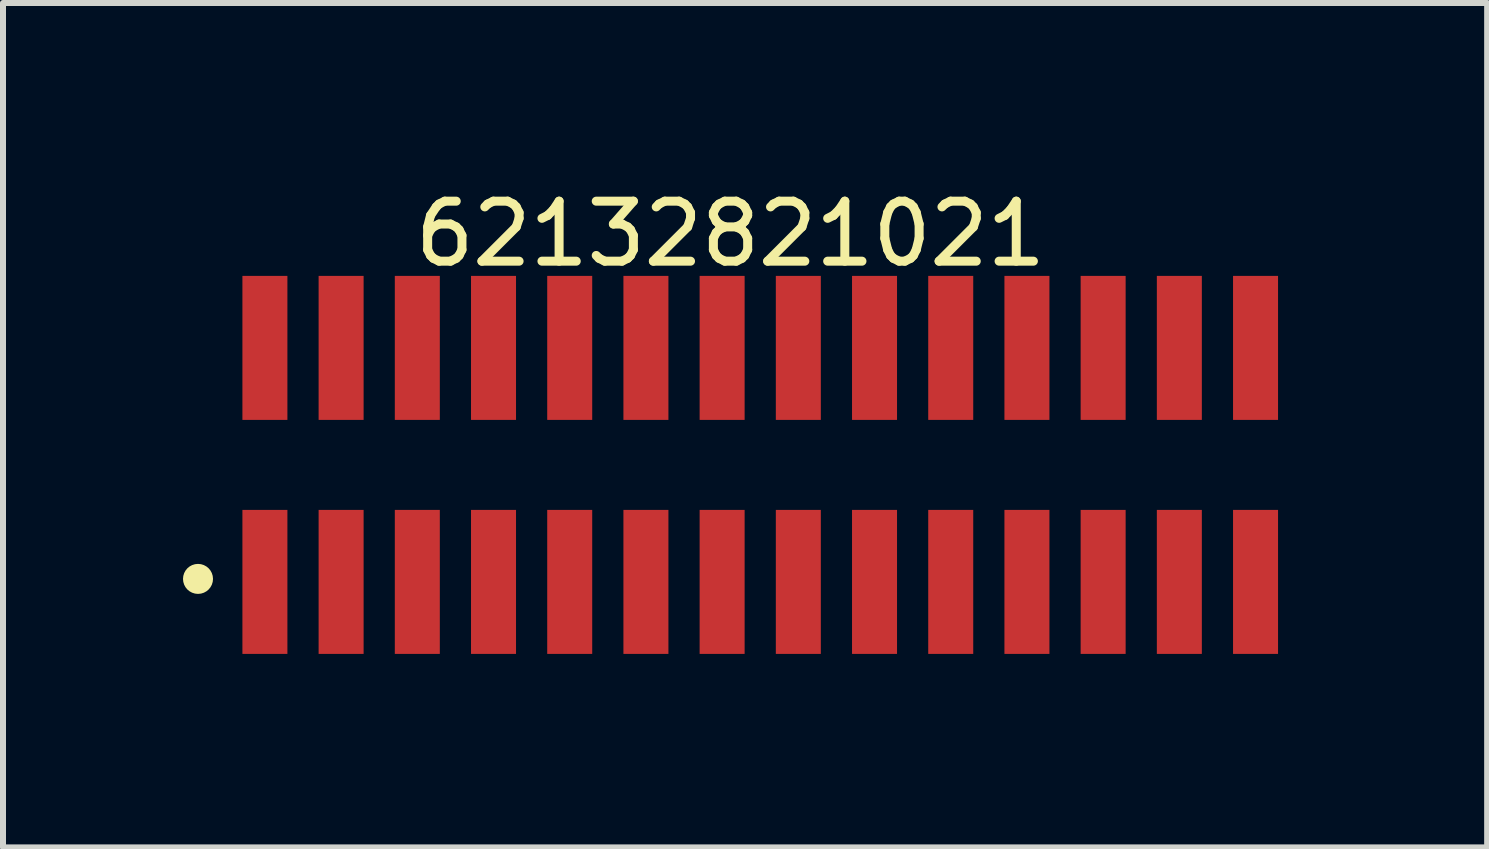
<source format=kicad_pcb>
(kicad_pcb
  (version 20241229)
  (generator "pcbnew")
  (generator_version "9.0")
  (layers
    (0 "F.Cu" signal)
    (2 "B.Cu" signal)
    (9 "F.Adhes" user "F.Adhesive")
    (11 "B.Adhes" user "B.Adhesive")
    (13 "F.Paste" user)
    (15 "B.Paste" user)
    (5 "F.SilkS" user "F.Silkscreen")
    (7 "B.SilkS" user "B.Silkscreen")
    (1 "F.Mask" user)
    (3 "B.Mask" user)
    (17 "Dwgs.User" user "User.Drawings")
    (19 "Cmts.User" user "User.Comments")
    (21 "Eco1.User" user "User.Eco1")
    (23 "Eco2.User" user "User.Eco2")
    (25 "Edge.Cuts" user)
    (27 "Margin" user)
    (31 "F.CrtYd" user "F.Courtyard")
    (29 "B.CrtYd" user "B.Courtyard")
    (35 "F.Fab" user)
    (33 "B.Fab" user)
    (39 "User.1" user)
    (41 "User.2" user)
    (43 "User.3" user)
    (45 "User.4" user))
  (footprint "62132821021"
    (layer "F.Cu")
    (at 9.62 4.698)
    (property "Reference" "62132821021" (at -0.495 -3.85 0) (layer "F.SilkS") (effects (font (size 1 1) (thickness 0.15))))
    (fp_circle (center -9.37 1.9) (end -9.37 1.775) (stroke (width 0.25) (type solid)) (fill no) (layer "F.SilkS"))
    (fp_line (start -9.09 -3.35) (end 9.09 -3.35) (stroke (width 0.05) (type solid)) (layer "Eco2.User"))
    (fp_line (start -9.09 3.35) (end -9.09 -3.35) (stroke (width 0.05) (type solid)) (layer "Eco2.User"))
    (fp_line (start -9.09 3.35) (end 9.09 3.35) (stroke (width 0.05) (type solid)) (layer "Eco2.User"))
    (fp_line (start -8.89 -1.7) (end 8.89 -1.7) (stroke (width 0.1) (type solid)) (layer "Eco2.User"))
    (fp_line (start -8.89 1.7) (end -8.89 -1.7) (stroke (width 0.1) (type solid)) (layer "Eco2.User"))
    (fp_line (start -8.89 1.7) (end 8.89 1.7) (stroke (width 0.1) (type solid)) (layer "Eco2.User"))
    (fp_line (start -8.455 -2.5) (end -8.055 -2.5) (stroke (width 0.1) (type solid)) (layer "Eco2.User"))
    (fp_line (start -8.455 -1.7) (end -8.455 -2.5) (stroke (width 0.1) (type solid)) (layer "Eco2.User"))
    (fp_line (start -8.455 2.5) (end -8.455 1.7) (stroke (width 0.1) (type solid)) (layer "Eco2.User"))
    (fp_line (start -8.455 2.5) (end -8.055 2.5) (stroke (width 0.1) (type solid)) (layer "Eco2.User"))
    (fp_line (start -8.055 -1.7) (end -8.055 -2.5) (stroke (width 0.1) (type solid)) (layer "Eco2.User"))
    (fp_line (start -8.055 2.5) (end -8.055 1.7) (stroke (width 0.1) (type solid)) (layer "Eco2.User"))
    (fp_line (start -7.185 -2.5) (end -6.785 -2.5) (stroke (width 0.1) (type solid)) (layer "Eco2.User"))
    (fp_line (start -7.185 -1.7) (end -7.185 -2.5) (stroke (width 0.1) (type solid)) (layer "Eco2.User"))
    (fp_line (start -7.185 2.5) (end -7.185 1.7) (stroke (width 0.1) (type solid)) (layer "Eco2.User"))
    (fp_line (start -7.185 2.5) (end -6.785 2.5) (stroke (width 0.1) (type solid)) (layer "Eco2.User"))
    (fp_line (start -6.785 -1.7) (end -6.785 -2.5) (stroke (width 0.1) (type solid)) (layer "Eco2.User"))
    (fp_line (start -6.785 2.5) (end -6.785 1.7) (stroke (width 0.1) (type solid)) (layer "Eco2.User"))
    (fp_line (start -5.915 -2.5) (end -5.515 -2.5) (stroke (width 0.1) (type solid)) (layer "Eco2.User"))
    (fp_line (start -5.915 -1.7) (end -5.915 -2.5) (stroke (width 0.1) (type solid)) (layer "Eco2.User"))
    (fp_line (start -5.915 2.5) (end -5.915 1.7) (stroke (width 0.1) (type solid)) (layer "Eco2.User"))
    (fp_line (start -5.915 2.5) (end -5.515 2.5) (stroke (width 0.1) (type solid)) (layer "Eco2.User"))
    (fp_line (start -5.515 -1.7) (end -5.515 -2.5) (stroke (width 0.1) (type solid)) (layer "Eco2.User"))
    (fp_line (start -5.515 2.5) (end -5.515 1.7) (stroke (width 0.1) (type solid)) (layer "Eco2.User"))
    (fp_line (start -4.645 -2.5) (end -4.245 -2.5) (stroke (width 0.1) (type solid)) (layer "Eco2.User"))
    (fp_line (start -4.645 -1.7) (end -4.645 -2.5) (stroke (width 0.1) (type solid)) (layer "Eco2.User"))
    (fp_line (start -4.645 2.5) (end -4.645 1.7) (stroke (width 0.1) (type solid)) (layer "Eco2.User"))
    (fp_line (start -4.645 2.5) (end -4.245 2.5) (stroke (width 0.1) (type solid)) (layer "Eco2.User"))
    (fp_line (start -4.245 -1.7) (end -4.245 -2.5) (stroke (width 0.1) (type solid)) (layer "Eco2.User"))
    (fp_line (start -4.245 2.5) (end -4.245 1.7) (stroke (width 0.1) (type solid)) (layer "Eco2.User"))
    (fp_line (start -3.375 -2.5) (end -2.975 -2.5) (stroke (width 0.1) (type solid)) (layer "Eco2.User"))
    (fp_line (start -3.375 -1.7) (end -3.375 -2.5) (stroke (width 0.1) (type solid)) (layer "Eco2.User"))
    (fp_line (start -3.375 2.5) (end -3.375 1.7) (stroke (width 0.1) (type solid)) (layer "Eco2.User"))
    (fp_line (start -3.375 2.5) (end -2.975 2.5) (stroke (width 0.1) (type solid)) (layer "Eco2.User"))
    (fp_line (start -2.975 -1.7) (end -2.975 -2.5) (stroke (width 0.1) (type solid)) (layer "Eco2.User"))
    (fp_line (start -2.975 2.5) (end -2.975 1.7) (stroke (width 0.1) (type solid)) (layer "Eco2.User"))
    (fp_line (start -2.105 -2.5) (end -1.705 -2.5) (stroke (width 0.1) (type solid)) (layer "Eco2.User"))
    (fp_line (start -2.105 -1.7) (end -2.105 -2.5) (stroke (width 0.1) (type solid)) (layer "Eco2.User"))
    (fp_line (start -2.105 2.5) (end -2.105 1.7) (stroke (width 0.1) (type solid)) (layer "Eco2.User"))
    (fp_line (start -2.105 2.5) (end -1.705 2.5) (stroke (width 0.1) (type solid)) (layer "Eco2.User"))
    (fp_line (start -1.705 -1.7) (end -1.705 -2.5) (stroke (width 0.1) (type solid)) (layer "Eco2.User"))
    (fp_line (start -1.705 2.5) (end -1.705 1.7) (stroke (width 0.1) (type solid)) (layer "Eco2.User"))
    (fp_line (start -0.835 -2.5) (end -0.435 -2.5) (stroke (width 0.1) (type solid)) (layer "Eco2.User"))
    (fp_line (start -0.835 -1.7) (end -0.835 -2.5) (stroke (width 0.1) (type solid)) (layer "Eco2.User"))
    (fp_line (start -0.835 2.5) (end -0.835 1.7) (stroke (width 0.1) (type solid)) (layer "Eco2.User"))
    (fp_line (start -0.835 2.5) (end -0.435 2.5) (stroke (width 0.1) (type solid)) (layer "Eco2.User"))
    (fp_line (start -0.5 0) (end 0.5 0) (stroke (width 0.05) (type solid)) (layer "Eco2.User"))
    (fp_line (start -0.435 -1.7) (end -0.435 -2.5) (stroke (width 0.1) (type solid)) (layer "Eco2.User"))
    (fp_line (start -0.435 2.5) (end -0.435 1.7) (stroke (width 0.1) (type solid)) (layer "Eco2.User"))
    (fp_line (start 0 0.5) (end 0 -0.5) (stroke (width 0.05) (type solid)) (layer "Eco2.User"))
    (fp_line (start 0.435 -2.5) (end 0.835 -2.5) (stroke (width 0.1) (type solid)) (layer "Eco2.User"))
    (fp_line (start 0.435 -1.7) (end 0.435 -2.5) (stroke (width 0.1) (type solid)) (layer "Eco2.User"))
    (fp_line (start 0.435 2.5) (end 0.435 1.7) (stroke (width 0.1) (type solid)) (layer "Eco2.User"))
    (fp_line (start 0.435 2.5) (end 0.835 2.5) (stroke (width 0.1) (type solid)) (layer "Eco2.User"))
    (fp_line (start 0.835 -1.7) (end 0.835 -2.5) (stroke (width 0.1) (type solid)) (layer "Eco2.User"))
    (fp_line (start 0.835 2.5) (end 0.835 1.7) (stroke (width 0.1) (type solid)) (layer "Eco2.User"))
    (fp_line (start 1.705 -2.5) (end 2.105 -2.5) (stroke (width 0.1) (type solid)) (layer "Eco2.User"))
    (fp_line (start 1.705 -1.7) (end 1.705 -2.5) (stroke (width 0.1) (type solid)) (layer "Eco2.User"))
    (fp_line (start 1.705 2.5) (end 1.705 1.7) (stroke (width 0.1) (type solid)) (layer "Eco2.User"))
    (fp_line (start 1.705 2.5) (end 2.105 2.5) (stroke (width 0.1) (type solid)) (layer "Eco2.User"))
    (fp_line (start 2.105 -1.7) (end 2.105 -2.5) (stroke (width 0.1) (type solid)) (layer "Eco2.User"))
    (fp_line (start 2.105 2.5) (end 2.105 1.7) (stroke (width 0.1) (type solid)) (layer "Eco2.User"))
    (fp_line (start 2.975 -2.5) (end 3.375 -2.5) (stroke (width 0.1) (type solid)) (layer "Eco2.User"))
    (fp_line (start 2.975 -1.7) (end 2.975 -2.5) (stroke (width 0.1) (type solid)) (layer "Eco2.User"))
    (fp_line (start 2.975 2.5) (end 2.975 1.7) (stroke (width 0.1) (type solid)) (layer "Eco2.User"))
    (fp_line (start 2.975 2.5) (end 3.375 2.5) (stroke (width 0.1) (type solid)) (layer "Eco2.User"))
    (fp_line (start 3.375 -1.7) (end 3.375 -2.5) (stroke (width 0.1) (type solid)) (layer "Eco2.User"))
    (fp_line (start 3.375 2.5) (end 3.375 1.7) (stroke (width 0.1) (type solid)) (layer "Eco2.User"))
    (fp_line (start 4.245 -2.5) (end 4.645 -2.5) (stroke (width 0.1) (type solid)) (layer "Eco2.User"))
    (fp_line (start 4.245 -1.7) (end 4.245 -2.5) (stroke (width 0.1) (type solid)) (layer "Eco2.User"))
    (fp_line (start 4.245 2.5) (end 4.245 1.7) (stroke (width 0.1) (type solid)) (layer "Eco2.User"))
    (fp_line (start 4.245 2.5) (end 4.645 2.5) (stroke (width 0.1) (type solid)) (layer "Eco2.User"))
    (fp_line (start 4.645 -1.7) (end 4.645 -2.5) (stroke (width 0.1) (type solid)) (layer "Eco2.User"))
    (fp_line (start 4.645 2.5) (end 4.645 1.7) (stroke (width 0.1) (type solid)) (layer "Eco2.User"))
    (fp_line (start 5.515 -2.5) (end 5.915 -2.5) (stroke (width 0.1) (type solid)) (layer "Eco2.User"))
    (fp_line (start 5.515 -1.7) (end 5.515 -2.5) (stroke (width 0.1) (type solid)) (layer "Eco2.User"))
    (fp_line (start 5.515 2.5) (end 5.515 1.7) (stroke (width 0.1) (type solid)) (layer "Eco2.User"))
    (fp_line (start 5.515 2.5) (end 5.915 2.5) (stroke (width 0.1) (type solid)) (layer "Eco2.User"))
    (fp_line (start 5.915 -1.7) (end 5.915 -2.5) (stroke (width 0.1) (type solid)) (layer "Eco2.User"))
    (fp_line (start 5.915 2.5) (end 5.915 1.7) (stroke (width 0.1) (type solid)) (layer "Eco2.User"))
    (fp_line (start 6.785 -2.5) (end 7.185 -2.5) (stroke (width 0.1) (type solid)) (layer "Eco2.User"))
    (fp_line (start 6.785 -1.7) (end 6.785 -2.5) (stroke (width 0.1) (type solid)) (layer "Eco2.User"))
    (fp_line (start 6.785 2.5) (end 6.785 1.7) (stroke (width 0.1) (type solid)) (layer "Eco2.User"))
    (fp_line (start 6.785 2.5) (end 7.185 2.5) (stroke (width 0.1) (type solid)) (layer "Eco2.User"))
    (fp_line (start 7.185 -1.7) (end 7.185 -2.5) (stroke (width 0.1) (type solid)) (layer "Eco2.User"))
    (fp_line (start 7.185 2.5) (end 7.185 1.7) (stroke (width 0.1) (type solid)) (layer "Eco2.User"))
    (fp_line (start 8.055 -2.5) (end 8.455 -2.5) (stroke (width 0.1) (type solid)) (layer "Eco2.User"))
    (fp_line (start 8.055 -1.7) (end 8.055 -2.5) (stroke (width 0.1) (type solid)) (layer "Eco2.User"))
    (fp_line (start 8.055 2.5) (end 8.055 1.7) (stroke (width 0.1) (type solid)) (layer "Eco2.User"))
    (fp_line (start 8.055 2.5) (end 8.455 2.5) (stroke (width 0.1) (type solid)) (layer "Eco2.User"))
    (fp_line (start 8.455 -1.7) (end 8.455 -2.5) (stroke (width 0.1) (type solid)) (layer "Eco2.User"))
    (fp_line (start 8.455 2.5) (end 8.455 1.7) (stroke (width 0.1) (type solid)) (layer "Eco2.User"))
    (fp_line (start 8.89 1.7) (end 8.89 -1.7) (stroke (width 0.1) (type solid)) (layer "Eco2.User"))
    (fp_line (start 9.09 3.35) (end 9.09 -3.35) (stroke (width 0.05) (type solid)) (layer "Eco2.User"))
    (fp_text user "${REFERENCE}" (at 0.15 -0.197 0) (unlocked yes) (layer "User.3") (effects (font (size 1.5 1.5) (thickness 0.15))))
    (pad "1" smd rect (at -8.255 1.95) (size 0.75 2.4) (layers "F.Cu" "F.Mask" "F.Paste"))
    (pad "2" smd rect (at -8.255 -1.95) (size 0.75 2.4) (layers "F.Cu" "F.Mask" "F.Paste"))
    (pad "3" smd rect (at -6.985 1.95) (size 0.75 2.4) (layers "F.Cu" "F.Mask" "F.Paste"))
    (pad "4" smd rect (at -6.985 -1.95) (size 0.75 2.4) (layers "F.Cu" "F.Mask" "F.Paste"))
    (pad "5" smd rect (at -5.715 1.95) (size 0.75 2.4) (layers "F.Cu" "F.Mask" "F.Paste"))
    (pad "6" smd rect (at -5.715 -1.95) (size 0.75 2.4) (layers "F.Cu" "F.Mask" "F.Paste"))
    (pad "7" smd rect (at -4.445 1.95) (size 0.75 2.4) (layers "F.Cu" "F.Mask" "F.Paste"))
    (pad "8" smd rect (at -4.445 -1.95) (size 0.75 2.4) (layers "F.Cu" "F.Mask" "F.Paste"))
    (pad "9" smd rect (at -3.175 1.95) (size 0.75 2.4) (layers "F.Cu" "F.Mask" "F.Paste"))
    (pad "10" smd rect (at -3.175 -1.95) (size 0.75 2.4) (layers "F.Cu" "F.Mask" "F.Paste"))
    (pad "11" smd rect (at -1.905 1.95) (size 0.75 2.4) (layers "F.Cu" "F.Mask" "F.Paste"))
    (pad "12" smd rect (at -1.905 -1.95) (size 0.75 2.4) (layers "F.Cu" "F.Mask" "F.Paste"))
    (pad "13" smd rect (at -0.635 1.95) (size 0.75 2.4) (layers "F.Cu" "F.Mask" "F.Paste"))
    (pad "14" smd rect (at -0.635 -1.95) (size 0.75 2.4) (layers "F.Cu" "F.Mask" "F.Paste"))
    (pad "15" smd rect (at 0.635 1.95) (size 0.75 2.4) (layers "F.Cu" "F.Mask" "F.Paste"))
    (pad "16" smd rect (at 0.635 -1.95) (size 0.75 2.4) (layers "F.Cu" "F.Mask" "F.Paste"))
    (pad "17" smd rect (at 1.905 1.95) (size 0.75 2.4) (layers "F.Cu" "F.Mask" "F.Paste"))
    (pad "18" smd rect (at 1.905 -1.95) (size 0.75 2.4) (layers "F.Cu" "F.Mask" "F.Paste"))
    (pad "19" smd rect (at 3.175 1.95) (size 0.75 2.4) (layers "F.Cu" "F.Mask" "F.Paste"))
    (pad "20" smd rect (at 3.175 -1.95) (size 0.75 2.4) (layers "F.Cu" "F.Mask" "F.Paste"))
    (pad "21" smd rect (at 4.445 1.95) (size 0.75 2.4) (layers "F.Cu" "F.Mask" "F.Paste"))
    (pad "22" smd rect (at 4.445 -1.95) (size 0.75 2.4) (layers "F.Cu" "F.Mask" "F.Paste"))
    (pad "23" smd rect (at 5.715 1.95) (size 0.75 2.4) (layers "F.Cu" "F.Mask" "F.Paste"))
    (pad "24" smd rect (at 5.715 -1.95) (size 0.75 2.4) (layers "F.Cu" "F.Mask" "F.Paste"))
    (pad "25" smd rect (at 6.985 1.95) (size 0.75 2.4) (layers "F.Cu" "F.Mask" "F.Paste"))
    (pad "26" smd rect (at 6.985 -1.95) (size 0.75 2.4) (layers "F.Cu" "F.Mask" "F.Paste"))
    (pad "27" smd rect (at 8.255 1.95) (size 0.75 2.4) (layers "F.Cu" "F.Mask" "F.Paste"))
    (pad "28" smd rect (at 8.255 -1.95) (size 0.75 2.4) (layers "F.Cu" "F.Mask" "F.Paste")))
  (gr_rect
    (start -3 -3)
    (end 21.735 11.073)
    (stroke (width 0.1) (type default))
    (fill no)
    (layer "Edge.Cuts")))
</source>
